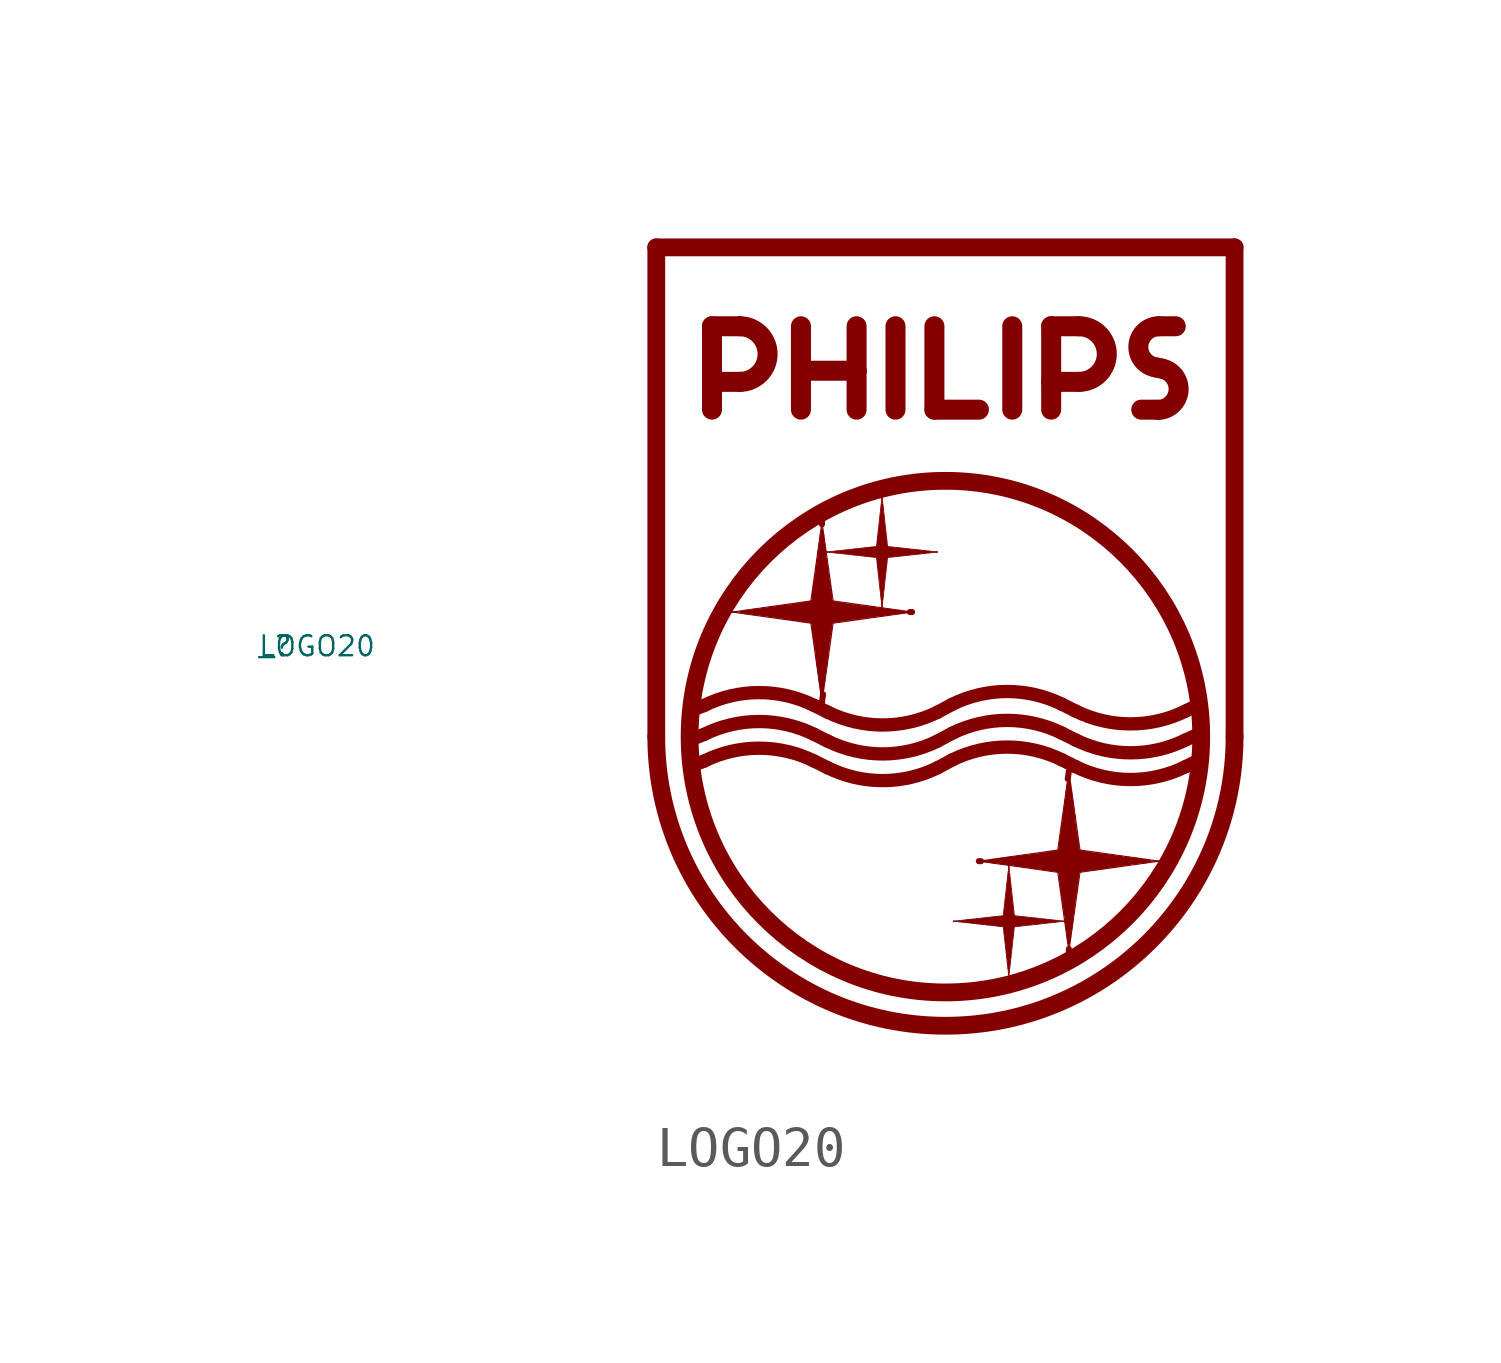
<source format=kicad_sym>
(kicad_symbol_lib
  (version 20220914)
  (generator Eagle2Kicad)
  (symbol "LOGO20"
    (property "Reference" "_"
      (at -10 -10 0)
      (effects (font (size 0.5 0.5) (thickness 0.06)) (justify left)))
    (property "Value" "LOGO20"
      (at -10 -10 0)
      (effects (font (size 0.5 0.5) (thickness 0.06)) (justify left)))
    (arc
      (start 0 -12.2697)
      (mid 7.251 -19.521)
      (end 14.5024 -12.2697)
      (stroke (width 0.4462) (type default))
      (fill (type none)))
    (arc
      (start 2.0945 -3.3731)
      (mid 2.792 -2.676)
      (end 2.0945 -1.9787)
      (stroke (width 0.5018) (type default))
      (fill (type none)))
    (arc
      (start 10.6007 -3.3731)
      (mid 11.298 -2.676)
      (end 10.6007 -1.9787)
      (stroke (width 0.5018) (type default))
      (fill (type none)))
    (arc
      (start 12.6088 -1.9786)
      (mid 12.091 -2.456)
      (end 12.525 -3.0102)
      (stroke (width 0.5018) (type default))
      (fill (type none)))
    (arc
      (start 12.5809 -4.0704)
      (mid 13.099 -3.593)
      (end 12.6644 -3.0382)
      (stroke (width 0.5018) (type default))
      (fill (type none)))
    (arc
      (start 10.1796 -12.1859)
      (mid 8.799 -11.863)
      (end 7.4186 -12.1859)
      (stroke (width 0.3344) (type default))
      (fill (type none)))
    (arc
      (start 10.5141 -12.3533)
      (mid 11.895 -12.676)
      (end 13.2753 -12.3533)
      (stroke (width 0.3344) (type default))
      (fill (type none)))
    (arc
      (start 3.9603 -12.2139)
      (mid 2.580 -11.891)
      (end 1.1991 -12.2138)
      (stroke (width 0.3344) (type default))
      (fill (type none)))
    (arc
      (start 4.2949 -12.3812)
      (mid 5.676 -12.704)
      (end 7.0561 -12.3811)
      (stroke (width 0.3344) (type default))
      (fill (type none)))
    (arc
      (start 10.1796 -11.461)
      (mid 8.799 -11.138)
      (end 7.4186 -11.461)
      (stroke (width 0.3344) (type default))
      (fill (type none)))
    (arc
      (start 10.5141 -11.6281)
      (mid 11.895 -11.951)
      (end 13.2753 -11.6281)
      (stroke (width 0.3344) (type default))
      (fill (type none)))
    (arc
      (start 3.9603 -11.4888)
      (mid 2.580 -11.166)
      (end 1.1991 -11.4887)
      (stroke (width 0.3344) (type default))
      (fill (type none)))
    (arc
      (start 4.2949 -11.6561)
      (mid 5.676 -11.979)
      (end 7.0561 -11.656)
      (stroke (width 0.3344) (type default))
      (fill (type none)))
    (arc
      (start 10.1796 -12.8554)
      (mid 8.799 -12.532)
      (end 7.4186 -12.8554)
      (stroke (width 0.3344) (type default))
      (fill (type none)))
    (arc
      (start 10.5141 -13.0226)
      (mid 11.895 -13.346)
      (end 13.2753 -13.0226)
      (stroke (width 0.3344) (type default))
      (fill (type none)))
    (arc
      (start 3.9603 -12.8835)
      (mid 2.580 -12.560)
      (end 1.1991 -12.8834)
      (stroke (width 0.3344) (type default))
      (fill (type none)))
    (arc
      (start 4.2949 -13.0505)
      (mid 5.676 -13.373)
      (end 7.0561 -13.0504)
      (stroke (width 0.3344) (type default))
      (fill (type none)))
    (polyline
      (pts (xy 0 -12.27) (xy 0 0))
      (stroke (width 0.446) (type default))
      (fill (type none)))
    (polyline
      (pts (xy 14.502 0) (xy 0 0))
      (stroke (width 0.446) (type default))
      (fill (type none)))
    (polyline
      (pts (xy 1.397 -1.979) (xy 1.397 -3.373))
      (stroke (width 0.502) (type default))
      (fill (type none)))
    (polyline
      (pts (xy 1.397 -3.373) (xy 1.397 -4.07))
      (stroke (width 0.502) (type default))
      (fill (type none)))
    (polyline
      (pts (xy 1.397 -1.979) (xy 2.095 -1.979))
      (stroke (width 0.502) (type default))
      (fill (type none)))
    (polyline
      (pts (xy 1.397 -3.373) (xy 2.095 -3.373))
      (stroke (width 0.502) (type default))
      (fill (type none)))
    (polyline
      (pts (xy 3.628 -1.979) (xy 3.628 -3.094))
      (stroke (width 0.502) (type default))
      (fill (type none)))
    (polyline
      (pts (xy 3.628 -3.094) (xy 3.628 -4.07))
      (stroke (width 0.502) (type default))
      (fill (type none)))
    (polyline
      (pts (xy 5.023 -1.979) (xy 5.023 -3.094))
      (stroke (width 0.502) (type default))
      (fill (type none)))
    (polyline
      (pts (xy 5.023 -3.094) (xy 5.023 -4.07))
      (stroke (width 0.502) (type default))
      (fill (type none)))
    (polyline
      (pts (xy 3.628 -3.094) (xy 5.023 -3.094))
      (stroke (width 0.502) (type default))
      (fill (type none)))
    (polyline
      (pts (xy 5.999 -1.979) (xy 5.999 -4.07))
      (stroke (width 0.502) (type default))
      (fill (type none)))
    (polyline
      (pts (xy 6.975 -1.979) (xy 6.975 -4.07))
      (stroke (width 0.502) (type default))
      (fill (type none)))
    (polyline
      (pts (xy 6.975 -4.07) (xy 8.091 -4.07))
      (stroke (width 0.502) (type default))
      (fill (type none)))
    (polyline
      (pts (xy 8.927 -1.979) (xy 8.927 -4.07))
      (stroke (width 0.502) (type default))
      (fill (type none)))
    (polyline
      (pts (xy 9.903 -1.979) (xy 9.903 -3.373))
      (stroke (width 0.502) (type default))
      (fill (type none)))
    (polyline
      (pts (xy 9.903 -3.373) (xy 9.903 -4.07))
      (stroke (width 0.502) (type default))
      (fill (type none)))
    (polyline
      (pts (xy 9.903 -1.979) (xy 10.601 -1.979))
      (stroke (width 0.502) (type default))
      (fill (type none)))
    (polyline
      (pts (xy 9.903 -3.373) (xy 10.601 -3.373))
      (stroke (width 0.502) (type default))
      (fill (type none)))
    (polyline
      (pts (xy 14.502 -12.27) (xy 14.502 0))
      (stroke (width 0.446) (type default))
      (fill (type none)))
    (polyline
      (pts (xy 12.609 -1.979) (xy 13.027 -1.979))
      (stroke (width 0.502) (type default))
      (fill (type none)))
    (polyline
      (pts (xy 12.162 -4.07) (xy 12.581 -4.07))
      (stroke (width 0.502) (type default))
      (fill (type none)))
    (polyline
      (pts (xy 12.525 -3.01) (xy 12.664 -3.038))
      (stroke (width 0.502) (type default))
      (fill (type none)))
    (polyline
      (pts (xy 10.18 -12.186) (xy 10.514 -12.353))
      (stroke (width 0.334) (type default))
      (fill (type none)))
    (polyline
      (pts (xy 3.96 -12.214) (xy 4.295 -12.381))
      (stroke (width 0.334) (type default))
      (fill (type none)))
    (polyline
      (pts (xy 7.419 -12.186) (xy 7.056 -12.381))
      (stroke (width 0.334) (type default))
      (fill (type none)))
    (polyline
      (pts (xy 10.18 -11.461) (xy 10.514 -11.628))
      (stroke (width 0.334) (type default))
      (fill (type none)))
    (polyline
      (pts (xy 3.96 -11.489) (xy 4.295 -11.656))
      (stroke (width 0.334) (type default))
      (fill (type none)))
    (polyline
      (pts (xy 7.419 -11.461) (xy 7.056 -11.656))
      (stroke (width 0.334) (type default))
      (fill (type none)))
    (polyline
      (pts (xy 10.18 -12.855) (xy 10.514 -13.023))
      (stroke (width 0.334) (type default))
      (fill (type none)))
    (polyline
      (pts (xy 3.96 -12.883) (xy 4.295 -13.05))
      (stroke (width 0.334) (type default))
      (fill (type none)))
    (polyline
      (pts (xy 7.419 -12.855) (xy 7.056 -13.05))
      (stroke (width 0.334) (type default))
      (fill (type none)))
    (polyline
      (pts (xy 4.155 -6.887) (xy 4.155 -6.943))
      (stroke (width 0) (type default))
      (fill (type none)))
    (polyline
      (pts (xy 4.183 -11.21) (xy 4.155 -11.405))
      (stroke (width 0) (type default))
      (fill (type none)))
    (polyline
      (pts (xy 6.359 -9.146) (xy 6.415 -9.146))
      (stroke (width 0) (type default))
      (fill (type none)))
    (polyline
      (pts (xy 4.155 -6.887) (xy 4.434 -8.867))
      (stroke (width 0.028) (type default))
      (fill (type none)))
    (polyline
      (pts (xy 4.434 -8.867) (xy 6.415 -9.146))
      (stroke (width 0.028) (type default))
      (fill (type none)))
    (polyline
      (pts (xy 6.415 -9.146) (xy 4.434 -9.425))
      (stroke (width 0.028) (type default))
      (fill (type none)))
    (polyline
      (pts (xy 4.434 -9.425) (xy 4.155 -11.405))
      (stroke (width 0.028) (type default))
      (fill (type none)))
    (polyline
      (pts (xy 4.155 -11.405) (xy 3.877 -9.425))
      (stroke (width 0.028) (type default))
      (fill (type none)))
    (polyline
      (pts (xy 3.877 -9.425) (xy 1.897 -9.146))
      (stroke (width 0.028) (type default))
      (fill (type none)))
    (polyline
      (pts (xy 1.897 -9.146) (xy 3.877 -8.867))
      (stroke (width 0.028) (type default))
      (fill (type none)))
    (polyline
      (pts (xy 3.877 -8.867) (xy 4.155 -6.887))
      (stroke (width 0.028) (type default))
      (fill (type none)))
    (polyline
      (pts (xy 13.275 -11.628) (xy 13.498 -11.517))
      (stroke (width 0.334) (type default))
      (fill (type none)))
    (polyline
      (pts (xy 13.275 -12.353) (xy 13.582 -12.214))
      (stroke (width 0.334) (type default))
      (fill (type none)))
    (polyline
      (pts (xy 13.275 -13.023) (xy 13.61 -12.855))
      (stroke (width 0.334) (type default))
      (fill (type none)))
    (polyline
      (pts (xy 1.199 -11.489) (xy 0.92 -11.6))
      (stroke (width 0.334) (type default))
      (fill (type none)))
    (polyline
      (pts (xy 1.199 -12.214) (xy 0.92 -12.326))
      (stroke (width 0.334) (type default))
      (fill (type none)))
    (polyline
      (pts (xy 1.199 -12.883) (xy 0.92 -12.995))
      (stroke (width 0.334) (type default))
      (fill (type none)))
    (polyline
      (pts (xy 6.415 -9.146) (xy 6.275 -9.146))
      (stroke (width 0.028) (type default))
      (fill (type none)))
    (polyline
      (pts (xy 6.275 -9.146) (xy 6.08 -9.146))
      (stroke (width 0.056) (type default))
      (fill (type none)))
    (polyline
      (pts (xy 6.08 -9.146) (xy 5.857 -9.146))
      (stroke (width 0.111) (type default))
      (fill (type none)))
    (polyline
      (pts (xy 5.857 -9.146) (xy 5.661 -9.146))
      (stroke (width 0.167) (type default))
      (fill (type none)))
    (polyline
      (pts (xy 5.661 -9.146) (xy 5.438 -9.146))
      (stroke (width 0.223) (type default))
      (fill (type none)))
    (polyline
      (pts (xy 5.438 -9.146) (xy 5.243 -9.146))
      (stroke (width 0.279) (type default))
      (fill (type none)))
    (polyline
      (pts (xy 5.243 -9.146) (xy 5.02 -9.146))
      (stroke (width 0.334) (type default))
      (fill (type none)))
    (polyline
      (pts (xy 5.02 -9.146) (xy 4.797 -9.146))
      (stroke (width 0.39) (type default))
      (fill (type none)))
    (polyline
      (pts (xy 4.797 -9.146) (xy 4.602 -9.146))
      (stroke (width 0.446) (type default))
      (fill (type none)))
    (polyline
      (pts (xy 4.602 -9.146) (xy 4.406 -9.146))
      (stroke (width 0.502) (type default))
      (fill (type none)))
    (polyline
      (pts (xy 4.406 -9.146) (xy 3.905 -9.146))
      (stroke (width 0.558) (type default))
      (fill (type none)))
    (polyline
      (pts (xy 3.905 -9.146) (xy 3.709 -9.146))
      (stroke (width 0.502) (type default))
      (fill (type none)))
    (polyline
      (pts (xy 3.709 -9.146) (xy 3.486 -9.146))
      (stroke (width 0.446) (type default))
      (fill (type none)))
    (polyline
      (pts (xy 3.486 -9.146) (xy 3.263 -9.146))
      (stroke (width 0.39) (type default))
      (fill (type none)))
    (polyline
      (pts (xy 3.263 -9.146) (xy 3.068 -9.146))
      (stroke (width 0.334) (type default))
      (fill (type none)))
    (polyline
      (pts (xy 3.068 -9.146) (xy 2.873 -9.146))
      (stroke (width 0.279) (type default))
      (fill (type none)))
    (polyline
      (pts (xy 2.873 -9.146) (xy 2.677 -9.146))
      (stroke (width 0.223) (type default))
      (fill (type none)))
    (polyline
      (pts (xy 2.677 -9.146) (xy 2.454 -9.146))
      (stroke (width 0.167) (type default))
      (fill (type none)))
    (polyline
      (pts (xy 2.454 -9.146) (xy 2.231 -9.146))
      (stroke (width 0.111) (type default))
      (fill (type none)))
    (polyline
      (pts (xy 2.231 -9.146) (xy 2.12 -9.146))
      (stroke (width 0.056) (type default))
      (fill (type none)))
    (polyline
      (pts (xy 2.12 -9.146) (xy 1.897 -9.146))
      (stroke (width 0.028) (type default))
      (fill (type none)))
    (polyline
      (pts (xy 4.155 -6.887) (xy 4.155 -7.082))
      (stroke (width 0.028) (type default))
      (fill (type none)))
    (polyline
      (pts (xy 4.155 -7.082) (xy 4.155 -7.222))
      (stroke (width 0.056) (type default))
      (fill (type none)))
    (polyline
      (pts (xy 4.155 -7.222) (xy 4.155 -7.445))
      (stroke (width 0.111) (type default))
      (fill (type none)))
    (polyline
      (pts (xy 4.155 -7.445) (xy 4.155 -7.64))
      (stroke (width 0.167) (type default))
      (fill (type none)))
    (polyline
      (pts (xy 4.155 -7.64) (xy 4.155 -7.863))
      (stroke (width 0.223) (type default))
      (fill (type none)))
    (polyline
      (pts (xy 4.155 -7.863) (xy 4.155 -8.058))
      (stroke (width 0.279) (type default))
      (fill (type none)))
    (polyline
      (pts (xy 4.155 -8.058) (xy 4.155 -8.281))
      (stroke (width 0.334) (type default))
      (fill (type none)))
    (polyline
      (pts (xy 4.155 -8.281) (xy 4.155 -8.477))
      (stroke (width 0.39) (type default))
      (fill (type none)))
    (polyline
      (pts (xy 4.155 -8.477) (xy 4.155 -8.7))
      (stroke (width 0.446) (type default))
      (fill (type none)))
    (polyline
      (pts (xy 4.155 -8.7) (xy 4.155 -8.923))
      (stroke (width 0.502) (type default))
      (fill (type none)))
    (polyline
      (pts (xy 4.155 -8.923) (xy 4.155 -9.369))
      (stroke (width 0.558) (type default))
      (fill (type none)))
    (polyline
      (pts (xy 4.155 -9.481) (xy 4.155 -9.369))
      (stroke (width 0.028) (type default))
      (fill (type none)))
    (polyline
      (pts (xy 4.155 -9.369) (xy 4.155 -9.592))
      (stroke (width 0.502) (type default))
      (fill (type none)))
    (polyline
      (pts (xy 4.155 -9.592) (xy 4.155 -9.788))
      (stroke (width 0.446) (type default))
      (fill (type none)))
    (polyline
      (pts (xy 4.155 -9.788) (xy 4.155 -10.011))
      (stroke (width 0.39) (type default))
      (fill (type none)))
    (polyline
      (pts (xy 4.155 -10.011) (xy 4.155 -10.262))
      (stroke (width 0.334) (type default))
      (fill (type none)))
    (polyline
      (pts (xy 4.155 -10.262) (xy 4.155 -10.457))
      (stroke (width 0.279) (type default))
      (fill (type none)))
    (polyline
      (pts (xy 4.155 -10.457) (xy 4.155 -10.652))
      (stroke (width 0.223) (type default))
      (fill (type none)))
    (polyline
      (pts (xy 4.155 -10.652) (xy 4.155 -10.875))
      (stroke (width 0.167) (type default))
      (fill (type none)))
    (polyline
      (pts (xy 4.155 -10.875) (xy 4.155 -11.071))
      (stroke (width 0.111) (type default))
      (fill (type none)))
    (polyline
      (pts (xy 4.155 -11.071) (xy 4.155 -11.21))
      (stroke (width 0.056) (type default))
      (fill (type none)))
    (polyline
      (pts (xy 4.155 -11.21) (xy 4.155 -11.405))
      (stroke (width 0.028) (type default))
      (fill (type none)))
    (polyline
      (pts (xy 5.661 -6.246) (xy 5.801 -7.501))
      (stroke (width 0.014) (type default))
      (fill (type none)))
    (polyline
      (pts (xy 5.801 -7.501) (xy 7.056 -7.64))
      (stroke (width 0.014) (type default))
      (fill (type none)))
    (polyline
      (pts (xy 7.056 -7.64) (xy 5.801 -7.779))
      (stroke (width 0.014) (type default))
      (fill (type none)))
    (polyline
      (pts (xy 5.801 -7.779) (xy 5.661 -9.034))
      (stroke (width 0.014) (type default))
      (fill (type none)))
    (polyline
      (pts (xy 5.661 -9.034) (xy 5.522 -7.779))
      (stroke (width 0.014) (type default))
      (fill (type none)))
    (polyline
      (pts (xy 5.522 -7.779) (xy 4.267 -7.64))
      (stroke (width 0.014) (type default))
      (fill (type none)))
    (polyline
      (pts (xy 4.267 -7.64) (xy 5.522 -7.501))
      (stroke (width 0.014) (type default))
      (fill (type none)))
    (polyline
      (pts (xy 5.522 -7.501) (xy 5.661 -6.246))
      (stroke (width 0.014) (type default))
      (fill (type none)))
    (polyline
      (pts (xy 4.292 -7.64) (xy 4.309 -7.64))
      (stroke (width 0.005) (type default))
      (fill (type none)))
    (polyline
      (pts (xy 4.309 -7.64) (xy 4.334 -7.64))
      (stroke (width 0.011) (type default))
      (fill (type none)))
    (polyline
      (pts (xy 4.334 -7.64) (xy 4.415 -7.64))
      (stroke (width 0.016) (type default))
      (fill (type none)))
    (polyline
      (pts (xy 4.415 -7.64) (xy 4.476 -7.64))
      (stroke (width 0.028) (type default))
      (fill (type none)))
    (polyline
      (pts (xy 4.476 -7.64) (xy 4.616 -7.64))
      (stroke (width 0.056) (type default))
      (fill (type none)))
    (polyline
      (pts (xy 4.616 -7.64) (xy 4.741 -7.64))
      (stroke (width 0.084) (type default))
      (fill (type none)))
    (polyline
      (pts (xy 4.741 -7.64) (xy 4.881 -7.64))
      (stroke (width 0.111) (type default))
      (fill (type none)))
    (polyline
      (pts (xy 4.881 -7.64) (xy 4.978 -7.64))
      (stroke (width 0.139) (type default))
      (fill (type none)))
    (polyline
      (pts (xy 4.978 -7.64) (xy 5.132 -7.64))
      (stroke (width 0.167) (type default))
      (fill (type none)))
    (polyline
      (pts (xy 5.132 -7.64) (xy 5.257 -7.64))
      (stroke (width 0.195) (type default))
      (fill (type none)))
    (polyline
      (pts (xy 5.257 -7.64) (xy 5.383 -7.64))
      (stroke (width 0.223) (type default))
      (fill (type none)))
    (polyline
      (pts (xy 5.383 -7.64) (xy 5.536 -7.64))
      (stroke (width 0.251) (type default))
      (fill (type none)))
    (polyline
      (pts (xy 5.536 -7.64) (xy 5.787 -7.64))
      (stroke (width 0.279) (type default))
      (fill (type none)))
    (polyline
      (pts (xy 5.787 -7.64) (xy 5.927 -7.64))
      (stroke (width 0.251) (type default))
      (fill (type none)))
    (polyline
      (pts (xy 5.927 -7.64) (xy 6.052 -7.64))
      (stroke (width 0.223) (type default))
      (fill (type none)))
    (polyline
      (pts (xy 6.052 -7.64) (xy 6.191 -7.64))
      (stroke (width 0.195) (type default))
      (fill (type none)))
    (polyline
      (pts (xy 6.191 -7.64) (xy 6.317 -7.64))
      (stroke (width 0.167) (type default))
      (fill (type none)))
    (polyline
      (pts (xy 6.317 -7.64) (xy 6.456 -7.64))
      (stroke (width 0.139) (type default))
      (fill (type none)))
    (polyline
      (pts (xy 6.456 -7.64) (xy 6.596 -7.64))
      (stroke (width 0.111) (type default))
      (fill (type none)))
    (polyline
      (pts (xy 6.596 -7.64) (xy 6.721 -7.64))
      (stroke (width 0.084) (type default))
      (fill (type none)))
    (polyline
      (pts (xy 6.721 -7.64) (xy 6.847 -7.64))
      (stroke (width 0.056) (type default))
      (fill (type none)))
    (polyline
      (pts (xy 6.847 -7.64) (xy 6.908 -7.64))
      (stroke (width 0.028) (type default))
      (fill (type none)))
    (polyline
      (pts (xy 6.908 -7.64) (xy 6.989 -7.64))
      (stroke (width 0.016) (type default))
      (fill (type none)))
    (polyline
      (pts (xy 6.989 -7.64) (xy 7.017 -7.64))
      (stroke (width 0.011) (type default))
      (fill (type none)))
    (polyline
      (pts (xy 7.017 -7.64) (xy 7.034 -7.64))
      (stroke (width 0.005) (type default))
      (fill (type none)))
    (polyline
      (pts (xy 7.034 -7.64) (xy 7.056 -7.64))
      (stroke (width 0.002) (type default))
      (fill (type none)))
    (polyline
      (pts (xy 5.661 -6.246) (xy 5.661 -6.262))
      (stroke (width 0.002) (type default))
      (fill (type none)))
    (polyline
      (pts (xy 5.661 -6.262) (xy 5.661 -6.29))
      (stroke (width 0.005) (type default))
      (fill (type none)))
    (polyline
      (pts (xy 5.661 -6.29) (xy 5.661 -6.346))
      (stroke (width 0.011) (type default))
      (fill (type none)))
    (polyline
      (pts (xy 5.661 -6.346) (xy 5.661 -6.396))
      (stroke (width 0.016) (type default))
      (fill (type none)))
    (polyline
      (pts (xy 5.661 -6.396) (xy 5.661 -6.455))
      (stroke (width 0.028) (type default))
      (fill (type none)))
    (polyline
      (pts (xy 5.661 -6.455) (xy 5.661 -6.58))
      (stroke (width 0.056) (type default))
      (fill (type none)))
    (polyline
      (pts (xy 5.661 -6.58) (xy 5.661 -6.72))
      (stroke (width 0.084) (type default))
      (fill (type none)))
    (polyline
      (pts (xy 5.661 -6.72) (xy 5.661 -6.859))
      (stroke (width 0.111) (type default))
      (fill (type none)))
    (polyline
      (pts (xy 5.661 -6.859) (xy 5.661 -6.999))
      (stroke (width 0.139) (type default))
      (fill (type none)))
    (polyline
      (pts (xy 5.661 -6.999) (xy 5.661 -7.11))
      (stroke (width 0.167) (type default))
      (fill (type none)))
    (polyline
      (pts (xy 5.661 -7.11) (xy 5.661 -7.25))
      (stroke (width 0.195) (type default))
      (fill (type none)))
    (polyline
      (pts (xy 5.661 -7.25) (xy 5.661 -7.347))
      (stroke (width 0.223) (type default))
      (fill (type none)))
    (polyline
      (pts (xy 5.661 -7.347) (xy 5.661 -7.515))
      (stroke (width 0.251) (type default))
      (fill (type none)))
    (polyline
      (pts (xy 5.661 -7.515) (xy 5.661 -7.766))
      (stroke (width 0.279) (type default))
      (fill (type none)))
    (polyline
      (pts (xy 5.661 -7.766) (xy 5.661 -7.919))
      (stroke (width 0.251) (type default))
      (fill (type none)))
    (polyline
      (pts (xy 5.661 -7.919) (xy 5.661 -8.03))
      (stroke (width 0.223) (type default))
      (fill (type none)))
    (polyline
      (pts (xy 5.661 -8.03) (xy 5.661 -8.17))
      (stroke (width 0.195) (type default))
      (fill (type none)))
    (polyline
      (pts (xy 5.661 -8.17) (xy 5.661 -8.281))
      (stroke (width 0.167) (type default))
      (fill (type none)))
    (polyline
      (pts (xy 5.661 -8.281) (xy 5.661 -8.421))
      (stroke (width 0.139) (type default))
      (fill (type none)))
    (polyline
      (pts (xy 5.661 -8.421) (xy 5.661 -8.574))
      (stroke (width 0.111) (type default))
      (fill (type none)))
    (polyline
      (pts (xy 5.661 -8.574) (xy 5.661 -8.7))
      (stroke (width 0.084) (type default))
      (fill (type none)))
    (polyline
      (pts (xy 5.661 -8.7) (xy 5.661 -8.825))
      (stroke (width 0.056) (type default))
      (fill (type none)))
    (polyline
      (pts (xy 5.661 -8.825) (xy 5.661 -8.895))
      (stroke (width 0.028) (type default))
      (fill (type none)))
    (polyline
      (pts (xy 5.661 -8.895) (xy 5.661 -8.957))
      (stroke (width 0.016) (type default))
      (fill (type none)))
    (polyline
      (pts (xy 5.661 -8.957) (xy 5.661 -8.99))
      (stroke (width 0.011) (type default))
      (fill (type none)))
    (polyline
      (pts (xy 5.661 -8.99) (xy 5.661 -9.007))
      (stroke (width 0.005) (type default))
      (fill (type none)))
    (polyline
      (pts (xy 5.661 -9.007) (xy 5.661 -9.034))
      (stroke (width 0.002) (type default))
      (fill (type none)))
    (polyline
      (pts (xy 4.292 -7.64) (xy 4.267 -7.64))
      (stroke (width 0.002) (type default))
      (fill (type none)))
    (polyline
      (pts (xy 10.347 -17.652) (xy 10.347 -17.597))
      (stroke (width 0) (type default))
      (fill (type none)))
    (polyline
      (pts (xy 10.319 -13.329) (xy 10.347 -13.134))
      (stroke (width 0) (type default))
      (fill (type none)))
    (polyline
      (pts (xy 8.143 -15.393) (xy 8.088 -15.393))
      (stroke (width 0) (type default))
      (fill (type none)))
    (polyline
      (pts (xy 10.347 -17.652) (xy 10.068 -15.672))
      (stroke (width 0.028) (type default))
      (fill (type none)))
    (polyline
      (pts (xy 10.068 -15.672) (xy 8.088 -15.393))
      (stroke (width 0.028) (type default))
      (fill (type none)))
    (polyline
      (pts (xy 8.088 -15.393) (xy 10.068 -15.114))
      (stroke (width 0.028) (type default))
      (fill (type none)))
    (polyline
      (pts (xy 10.068 -15.114) (xy 10.347 -13.134))
      (stroke (width 0.028) (type default))
      (fill (type none)))
    (polyline
      (pts (xy 10.347 -13.134) (xy 10.626 -15.114))
      (stroke (width 0.028) (type default))
      (fill (type none)))
    (polyline
      (pts (xy 10.626 -15.114) (xy 12.606 -15.393))
      (stroke (width 0.028) (type default))
      (fill (type none)))
    (polyline
      (pts (xy 12.606 -15.393) (xy 10.626 -15.672))
      (stroke (width 0.028) (type default))
      (fill (type none)))
    (polyline
      (pts (xy 10.626 -15.672) (xy 10.347 -17.652))
      (stroke (width 0.028) (type default))
      (fill (type none)))
    (polyline
      (pts (xy 8.088 -15.393) (xy 8.227 -15.393))
      (stroke (width 0.028) (type default))
      (fill (type none)))
    (polyline
      (pts (xy 8.227 -15.393) (xy 8.422 -15.393))
      (stroke (width 0.056) (type default))
      (fill (type none)))
    (polyline
      (pts (xy 8.422 -15.393) (xy 8.646 -15.393))
      (stroke (width 0.111) (type default))
      (fill (type none)))
    (polyline
      (pts (xy 8.646 -15.393) (xy 8.841 -15.393))
      (stroke (width 0.167) (type default))
      (fill (type none)))
    (polyline
      (pts (xy 8.841 -15.393) (xy 9.064 -15.393))
      (stroke (width 0.223) (type default))
      (fill (type none)))
    (polyline
      (pts (xy 9.064 -15.393) (xy 9.259 -15.393))
      (stroke (width 0.279) (type default))
      (fill (type none)))
    (polyline
      (pts (xy 9.259 -15.393) (xy 9.482 -15.393))
      (stroke (width 0.334) (type default))
      (fill (type none)))
    (polyline
      (pts (xy 9.482 -15.393) (xy 9.705 -15.393))
      (stroke (width 0.39) (type default))
      (fill (type none)))
    (polyline
      (pts (xy 9.705 -15.393) (xy 9.901 -15.393))
      (stroke (width 0.446) (type default))
      (fill (type none)))
    (polyline
      (pts (xy 9.901 -15.393) (xy 10.096 -15.393))
      (stroke (width 0.502) (type default))
      (fill (type none)))
    (polyline
      (pts (xy 10.096 -15.393) (xy 10.598 -15.393))
      (stroke (width 0.558) (type default))
      (fill (type none)))
    (polyline
      (pts (xy 10.598 -15.393) (xy 10.793 -15.393))
      (stroke (width 0.502) (type default))
      (fill (type none)))
    (polyline
      (pts (xy 10.793 -15.393) (xy 11.016 -15.393))
      (stroke (width 0.446) (type default))
      (fill (type none)))
    (polyline
      (pts (xy 11.016 -15.393) (xy 11.239 -15.393))
      (stroke (width 0.39) (type default))
      (fill (type none)))
    (polyline
      (pts (xy 11.239 -15.393) (xy 11.435 -15.393))
      (stroke (width 0.334) (type default))
      (fill (type none)))
    (polyline
      (pts (xy 11.435 -15.393) (xy 11.63 -15.393))
      (stroke (width 0.279) (type default))
      (fill (type none)))
    (polyline
      (pts (xy 11.63 -15.393) (xy 11.825 -15.393))
      (stroke (width 0.223) (type default))
      (fill (type none)))
    (polyline
      (pts (xy 11.825 -15.393) (xy 12.048 -15.393))
      (stroke (width 0.167) (type default))
      (fill (type none)))
    (polyline
      (pts (xy 12.048 -15.393) (xy 12.271 -15.393))
      (stroke (width 0.111) (type default))
      (fill (type none)))
    (polyline
      (pts (xy 12.271 -15.393) (xy 12.383 -15.393))
      (stroke (width 0.056) (type default))
      (fill (type none)))
    (polyline
      (pts (xy 12.383 -15.393) (xy 12.606 -15.393))
      (stroke (width 0.028) (type default))
      (fill (type none)))
    (polyline
      (pts (xy 10.347 -17.652) (xy 10.347 -17.457))
      (stroke (width 0.028) (type default))
      (fill (type none)))
    (polyline
      (pts (xy 10.347 -17.457) (xy 10.347 -17.318))
      (stroke (width 0.056) (type default))
      (fill (type none)))
    (polyline
      (pts (xy 10.347 -17.318) (xy 10.347 -17.095))
      (stroke (width 0.111) (type default))
      (fill (type none)))
    (polyline
      (pts (xy 10.347 -17.095) (xy 10.347 -16.899))
      (stroke (width 0.167) (type default))
      (fill (type none)))
    (polyline
      (pts (xy 10.347 -16.899) (xy 10.347 -16.676))
      (stroke (width 0.223) (type default))
      (fill (type none)))
    (polyline
      (pts (xy 10.347 -16.676) (xy 10.347 -16.481))
      (stroke (width 0.279) (type default))
      (fill (type none)))
    (polyline
      (pts (xy 10.347 -16.481) (xy 10.347 -16.258))
      (stroke (width 0.334) (type default))
      (fill (type none)))
    (polyline
      (pts (xy 10.347 -16.258) (xy 10.347 -16.063))
      (stroke (width 0.39) (type default))
      (fill (type none)))
    (polyline
      (pts (xy 10.347 -16.063) (xy 10.347 -15.839))
      (stroke (width 0.446) (type default))
      (fill (type none)))
    (polyline
      (pts (xy 10.347 -15.839) (xy 10.347 -15.616))
      (stroke (width 0.502) (type default))
      (fill (type none)))
    (polyline
      (pts (xy 10.347 -15.616) (xy 10.347 -15.17))
      (stroke (width 0.558) (type default))
      (fill (type none)))
    (polyline
      (pts (xy 10.347 -15.059) (xy 10.347 -15.17))
      (stroke (width 0.028) (type default))
      (fill (type none)))
    (polyline
      (pts (xy 10.347 -15.17) (xy 10.347 -14.947))
      (stroke (width 0.502) (type default))
      (fill (type none)))
    (polyline
      (pts (xy 10.347 -14.947) (xy 10.347 -14.752))
      (stroke (width 0.446) (type default))
      (fill (type none)))
    (polyline
      (pts (xy 10.347 -14.752) (xy 10.347 -14.529))
      (stroke (width 0.39) (type default))
      (fill (type none)))
    (polyline
      (pts (xy 10.347 -14.529) (xy 10.347 -14.278))
      (stroke (width 0.334) (type default))
      (fill (type none)))
    (polyline
      (pts (xy 10.347 -14.278) (xy 10.347 -14.082))
      (stroke (width 0.279) (type default))
      (fill (type none)))
    (polyline
      (pts (xy 10.347 -14.082) (xy 10.347 -13.887))
      (stroke (width 0.223) (type default))
      (fill (type none)))
    (polyline
      (pts (xy 10.347 -13.887) (xy 10.347 -13.664))
      (stroke (width 0.167) (type default))
      (fill (type none)))
    (polyline
      (pts (xy 10.347 -13.664) (xy 10.347 -13.469))
      (stroke (width 0.111) (type default))
      (fill (type none)))
    (polyline
      (pts (xy 10.347 -13.469) (xy 10.347 -13.329))
      (stroke (width 0.056) (type default))
      (fill (type none)))
    (polyline
      (pts (xy 10.347 -13.329) (xy 10.347 -13.134))
      (stroke (width 0.028) (type default))
      (fill (type none)))
    (polyline
      (pts (xy 8.841 -18.294) (xy 8.701 -17.039))
      (stroke (width 0.014) (type default))
      (fill (type none)))
    (polyline
      (pts (xy 8.701 -17.039) (xy 7.447 -16.899))
      (stroke (width 0.014) (type default))
      (fill (type none)))
    (polyline
      (pts (xy 7.447 -16.899) (xy 8.701 -16.76))
      (stroke (width 0.014) (type default))
      (fill (type none)))
    (polyline
      (pts (xy 8.701 -16.76) (xy 8.841 -15.505))
      (stroke (width 0.014) (type default))
      (fill (type none)))
    (polyline
      (pts (xy 8.841 -15.505) (xy 8.98 -16.76))
      (stroke (width 0.014) (type default))
      (fill (type none)))
    (polyline
      (pts (xy 8.98 -16.76) (xy 10.235 -16.899))
      (stroke (width 0.014) (type default))
      (fill (type none)))
    (polyline
      (pts (xy 10.235 -16.899) (xy 8.98 -17.039))
      (stroke (width 0.014) (type default))
      (fill (type none)))
    (polyline
      (pts (xy 8.98 -17.039) (xy 8.841 -18.294))
      (stroke (width 0.014) (type default))
      (fill (type none)))
    (polyline
      (pts (xy 10.21 -16.899) (xy 10.194 -16.899))
      (stroke (width 0.005) (type default))
      (fill (type none)))
    (polyline
      (pts (xy 10.194 -16.899) (xy 10.168 -16.899))
      (stroke (width 0.011) (type default))
      (fill (type none)))
    (polyline
      (pts (xy 10.168 -16.899) (xy 10.087 -16.899))
      (stroke (width 0.016) (type default))
      (fill (type none)))
    (polyline
      (pts (xy 10.087 -16.899) (xy 10.026 -16.899))
      (stroke (width 0.028) (type default))
      (fill (type none)))
    (polyline
      (pts (xy 10.026 -16.899) (xy 9.887 -16.899))
      (stroke (width 0.056) (type default))
      (fill (type none)))
    (polyline
      (pts (xy 9.887 -16.899) (xy 9.761 -16.899))
      (stroke (width 0.084) (type default))
      (fill (type none)))
    (polyline
      (pts (xy 9.761 -16.899) (xy 9.622 -16.899))
      (stroke (width 0.111) (type default))
      (fill (type none)))
    (polyline
      (pts (xy 9.622 -16.899) (xy 9.524 -16.899))
      (stroke (width 0.139) (type default))
      (fill (type none)))
    (polyline
      (pts (xy 9.524 -16.899) (xy 9.371 -16.899))
      (stroke (width 0.167) (type default))
      (fill (type none)))
    (polyline
      (pts (xy 9.371 -16.899) (xy 9.245 -16.899))
      (stroke (width 0.195) (type default))
      (fill (type none)))
    (polyline
      (pts (xy 9.245 -16.899) (xy 9.12 -16.899))
      (stroke (width 0.223) (type default))
      (fill (type none)))
    (polyline
      (pts (xy 9.12 -16.899) (xy 8.966 -16.899))
      (stroke (width 0.251) (type default))
      (fill (type none)))
    (polyline
      (pts (xy 8.966 -16.899) (xy 8.716 -16.899))
      (stroke (width 0.279) (type default))
      (fill (type none)))
    (polyline
      (pts (xy 8.716 -16.899) (xy 8.576 -16.899))
      (stroke (width 0.251) (type default))
      (fill (type none)))
    (polyline
      (pts (xy 8.576 -16.899) (xy 8.45 -16.899))
      (stroke (width 0.223) (type default))
      (fill (type none)))
    (polyline
      (pts (xy 8.45 -16.899) (xy 8.311 -16.899))
      (stroke (width 0.195) (type default))
      (fill (type none)))
    (polyline
      (pts (xy 8.311 -16.899) (xy 8.185 -16.899))
      (stroke (width 0.167) (type default))
      (fill (type none)))
    (polyline
      (pts (xy 8.185 -16.899) (xy 8.046 -16.899))
      (stroke (width 0.139) (type default))
      (fill (type none)))
    (polyline
      (pts (xy 8.046 -16.899) (xy 7.907 -16.899))
      (stroke (width 0.111) (type default))
      (fill (type none)))
    (polyline
      (pts (xy 7.907 -16.899) (xy 7.781 -16.899))
      (stroke (width 0.084) (type default))
      (fill (type none)))
    (polyline
      (pts (xy 7.781 -16.899) (xy 7.656 -16.899))
      (stroke (width 0.056) (type default))
      (fill (type none)))
    (polyline
      (pts (xy 7.656 -16.899) (xy 7.594 -16.899))
      (stroke (width 0.028) (type default))
      (fill (type none)))
    (polyline
      (pts (xy 7.594 -16.899) (xy 7.513 -16.899))
      (stroke (width 0.016) (type default))
      (fill (type none)))
    (polyline
      (pts (xy 7.513 -16.899) (xy 7.485 -16.899))
      (stroke (width 0.011) (type default))
      (fill (type none)))
    (polyline
      (pts (xy 7.485 -16.899) (xy 7.469 -16.899))
      (stroke (width 0.005) (type default))
      (fill (type none)))
    (polyline
      (pts (xy 7.469 -16.899) (xy 7.447 -16.899))
      (stroke (width 0.002) (type default))
      (fill (type none)))
    (polyline
      (pts (xy 8.841 -18.277) (xy 8.841 -18.249))
      (stroke (width 0.005) (type default))
      (fill (type none)))
    (polyline
      (pts (xy 8.841 -18.249) (xy 8.841 -18.194))
      (stroke (width 0.011) (type default))
      (fill (type none)))
    (polyline
      (pts (xy 8.841 -18.194) (xy 8.841 -18.143))
      (stroke (width 0.016) (type default))
      (fill (type none)))
    (polyline
      (pts (xy 8.841 -18.143) (xy 8.841 -18.084))
      (stroke (width 0.028) (type default))
      (fill (type none)))
    (polyline
      (pts (xy 8.841 -18.084) (xy 8.841 -17.959))
      (stroke (width 0.056) (type default))
      (fill (type none)))
    (polyline
      (pts (xy 8.841 -17.959) (xy 8.841 -17.82))
      (stroke (width 0.084) (type default))
      (fill (type none)))
    (polyline
      (pts (xy 8.841 -17.82) (xy 8.841 -17.68))
      (stroke (width 0.111) (type default))
      (fill (type none)))
    (polyline
      (pts (xy 8.841 -17.68) (xy 8.841 -17.541))
      (stroke (width 0.139) (type default))
      (fill (type none)))
    (polyline
      (pts (xy 8.841 -17.541) (xy 8.841 -17.429))
      (stroke (width 0.167) (type default))
      (fill (type none)))
    (polyline
      (pts (xy 8.841 -17.429) (xy 8.841 -17.29))
      (stroke (width 0.195) (type default))
      (fill (type none)))
    (polyline
      (pts (xy 8.841 -17.29) (xy 8.841 -17.192))
      (stroke (width 0.223) (type default))
      (fill (type none)))
    (polyline
      (pts (xy 8.841 -17.192) (xy 8.841 -17.025))
      (stroke (width 0.251) (type default))
      (fill (type none)))
    (polyline
      (pts (xy 8.841 -17.025) (xy 8.841 -16.774))
      (stroke (width 0.279) (type default))
      (fill (type none)))
    (polyline
      (pts (xy 8.841 -16.774) (xy 8.841 -16.62))
      (stroke (width 0.251) (type default))
      (fill (type none)))
    (polyline
      (pts (xy 8.841 -16.62) (xy 8.841 -16.509))
      (stroke (width 0.223) (type default))
      (fill (type none)))
    (polyline
      (pts (xy 8.841 -16.509) (xy 8.841 -16.369))
      (stroke (width 0.195) (type default))
      (fill (type none)))
    (polyline
      (pts (xy 8.841 -16.369) (xy 8.841 -16.258))
      (stroke (width 0.167) (type default))
      (fill (type none)))
    (polyline
      (pts (xy 8.841 -16.258) (xy 8.841 -16.118))
      (stroke (width 0.139) (type default))
      (fill (type none)))
    (polyline
      (pts (xy 8.841 -16.118) (xy 8.841 -15.965))
      (stroke (width 0.111) (type default))
      (fill (type none)))
    (polyline
      (pts (xy 8.841 -15.965) (xy 8.841 -15.839))
      (stroke (width 0.084) (type default))
      (fill (type none)))
    (polyline
      (pts (xy 8.841 -15.839) (xy 8.841 -15.714))
      (stroke (width 0.056) (type default))
      (fill (type none)))
    (polyline
      (pts (xy 8.841 -15.714) (xy 8.841 -15.644))
      (stroke (width 0.028) (type default))
      (fill (type none)))
    (polyline
      (pts (xy 8.841 -15.644) (xy 8.841 -15.583))
      (stroke (width 0.016) (type default))
      (fill (type none)))
    (polyline
      (pts (xy 8.841 -15.583) (xy 8.841 -15.549))
      (stroke (width 0.011) (type default))
      (fill (type none)))
    (polyline
      (pts (xy 8.841 -15.549) (xy 8.841 -15.533))
      (stroke (width 0.005) (type default))
      (fill (type none)))
    (polyline
      (pts (xy 8.841 -15.533) (xy 8.841 -15.505))
      (stroke (width 0.002) (type default))
      (fill (type none)))
    (polyline
      (pts (xy 10.21 -16.899) (xy 10.235 -16.899))
      (stroke (width 0.002) (type default))
      (fill (type none)))
    (circle
      (center 7.251 -12.27)
      (radius 6.415)
      (stroke (width 0.446) (type default))
      (fill (type none)))))
</source>
